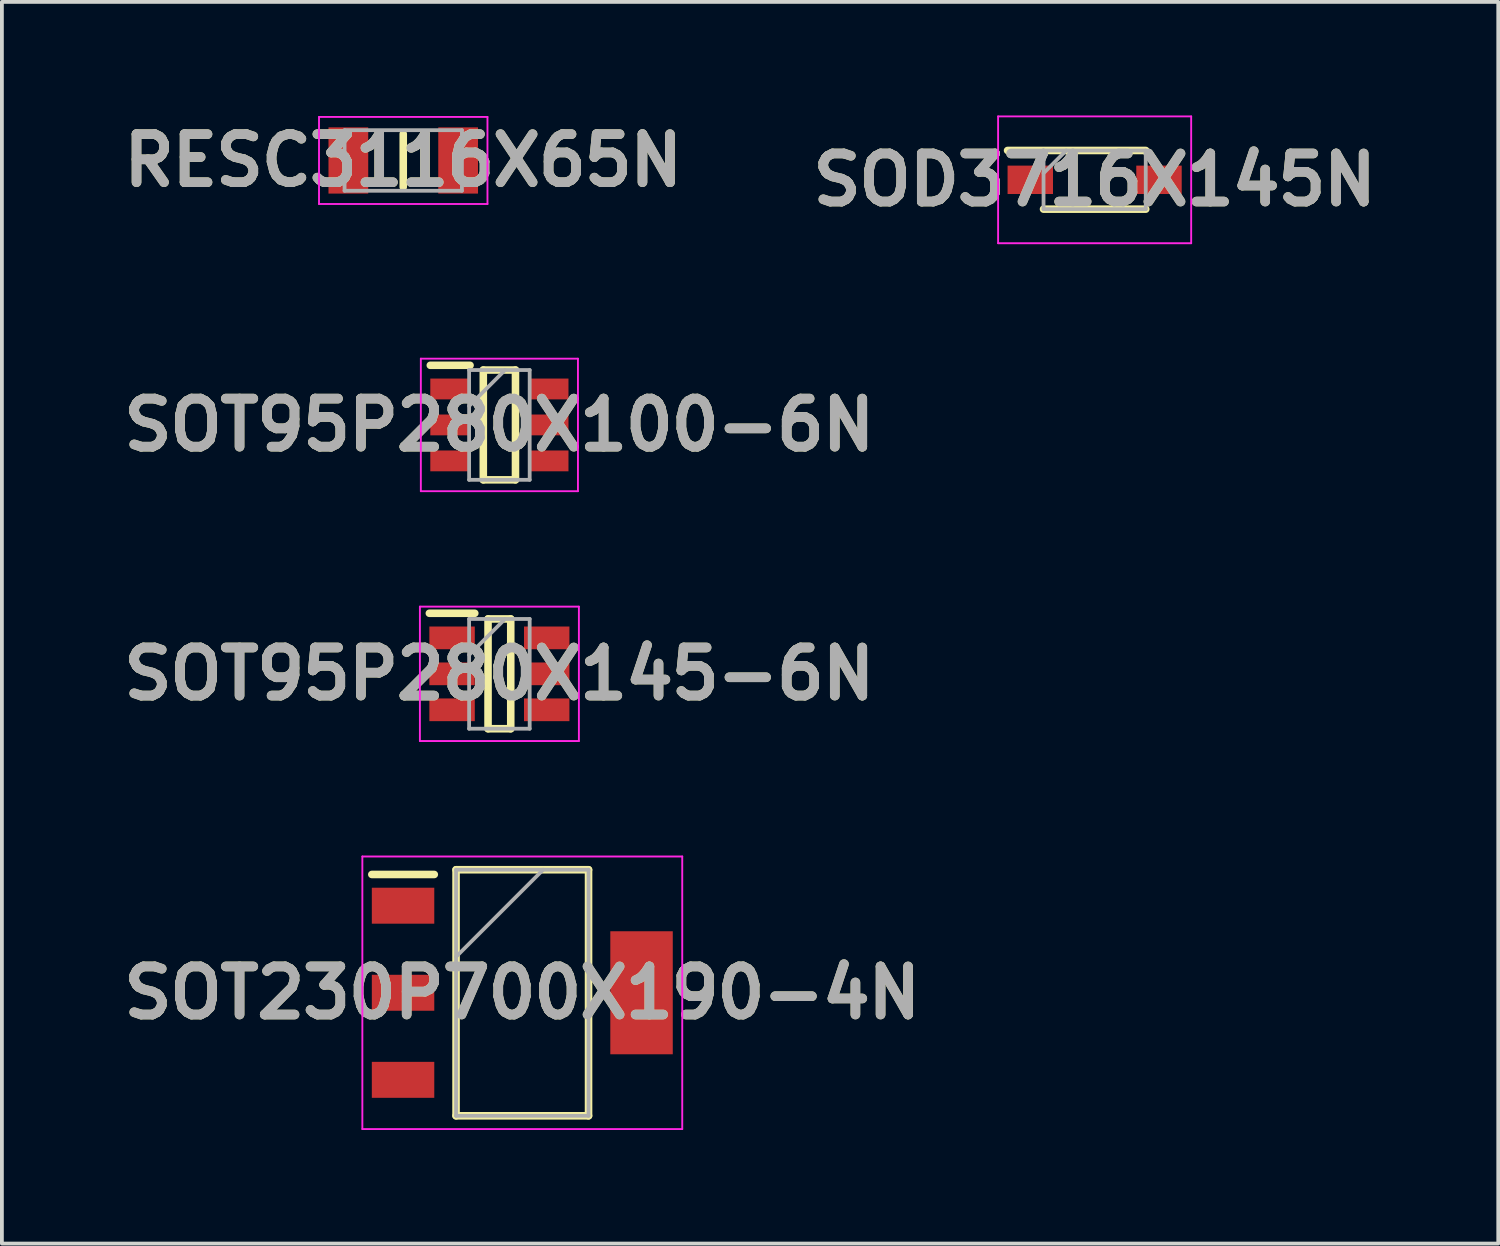
<source format=kicad_pcb>
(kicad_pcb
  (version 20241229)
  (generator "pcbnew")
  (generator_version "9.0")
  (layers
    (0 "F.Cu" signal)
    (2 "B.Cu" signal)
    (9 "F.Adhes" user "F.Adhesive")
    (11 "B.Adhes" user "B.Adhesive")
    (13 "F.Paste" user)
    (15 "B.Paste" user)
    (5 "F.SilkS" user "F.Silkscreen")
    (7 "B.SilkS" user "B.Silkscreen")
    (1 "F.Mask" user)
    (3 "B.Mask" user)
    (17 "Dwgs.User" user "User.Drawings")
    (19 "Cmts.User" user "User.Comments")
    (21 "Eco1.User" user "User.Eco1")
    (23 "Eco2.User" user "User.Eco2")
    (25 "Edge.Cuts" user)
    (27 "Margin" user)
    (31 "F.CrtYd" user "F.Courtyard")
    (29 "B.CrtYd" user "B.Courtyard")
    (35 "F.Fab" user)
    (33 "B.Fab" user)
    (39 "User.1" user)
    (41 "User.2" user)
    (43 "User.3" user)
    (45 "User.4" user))
  (footprint "SOD3716X145N"
    (layer "F.Cu")
    (at 25.866 1.7)
    (property "Reference" "SOD3716X145N" (at 0 0 0) (layer "F.SilkS") (effects (font (size 1.27 1.27) (thickness 0.254))))
    (attr smd)
    (fp_line (start -2.3 -0.775) (end 1.35 -0.775) (stroke (width 0.2) (type solid)) (layer "F.SilkS"))
    (fp_line (start -1.35 0.775) (end 1.35 0.775) (stroke (width 0.2) (type solid)) (layer "F.SilkS"))
    (fp_line (start -2.55 -1.675) (end 2.55 -1.675) (stroke (width 0.05) (type solid)) (layer "F.CrtYd"))
    (fp_line (start -2.55 1.675) (end -2.55 -1.675) (stroke (width 0.05) (type solid)) (layer "F.CrtYd"))
    (fp_line (start 2.55 -1.675) (end 2.55 1.675) (stroke (width 0.05) (type solid)) (layer "F.CrtYd"))
    (fp_line (start 2.55 1.675) (end -2.55 1.675) (stroke (width 0.05) (type solid)) (layer "F.CrtYd"))
    (fp_line (start -1.35 -0.775) (end 1.35 -0.775) (stroke (width 0.1) (type solid)) (layer "F.Fab"))
    (fp_line (start -1.35 -0.175) (end -0.75 -0.775) (stroke (width 0.1) (type solid)) (layer "F.Fab"))
    (fp_line (start -1.35 0.775) (end -1.35 -0.775) (stroke (width 0.1) (type solid)) (layer "F.Fab"))
    (fp_line (start 1.35 -0.775) (end 1.35 0.775) (stroke (width 0.1) (type solid)) (layer "F.Fab"))
    (fp_line (start 1.35 0.775) (end -1.35 0.775) (stroke (width 0.1) (type solid)) (layer "F.Fab"))
    (fp_text user "${REFERENCE}" (at 0 0 0) (layer "F.Fab") (effects (font (size 1.27 1.27) (thickness 0.254))))
    (pad "1" smd rect (at -1.7 0 90) (size 0.75 1.2) (layers "F.Cu" "F.Mask" "F.Paste"))
    (pad "2" smd rect (at 1.7 0 90) (size 0.75 1.2) (layers "F.Cu" "F.Mask" "F.Paste")))
  (footprint "RESC3116X65N"
    (layer "F.Cu")
    (at 7.602 1.189)
    (property "Reference" "RESC3116X65N" (at 0 0 0) (layer "F.SilkS") (effects (font (size 1.27 1.27) (thickness 0.254))))
    (attr smd)
    (fp_line (start 0 -0.7) (end 0 0.7) (stroke (width 0.2) (type solid)) (layer "F.SilkS"))
    (fp_line (start -2.225 -1.15) (end 2.225 -1.15) (stroke (width 0.05) (type solid)) (layer "F.CrtYd"))
    (fp_line (start -2.225 1.15) (end -2.225 -1.15) (stroke (width 0.05) (type solid)) (layer "F.CrtYd"))
    (fp_line (start 2.225 -1.15) (end 2.225 1.15) (stroke (width 0.05) (type solid)) (layer "F.CrtYd"))
    (fp_line (start 2.225 1.15) (end -2.225 1.15) (stroke (width 0.05) (type solid)) (layer "F.CrtYd"))
    (fp_line (start -1.55 -0.8) (end 1.55 -0.8) (stroke (width 0.1) (type solid)) (layer "F.Fab"))
    (fp_line (start -1.55 0.8) (end -1.55 -0.8) (stroke (width 0.1) (type solid)) (layer "F.Fab"))
    (fp_line (start 1.55 -0.8) (end 1.55 0.8) (stroke (width 0.1) (type solid)) (layer "F.Fab"))
    (fp_line (start 1.55 0.8) (end -1.55 0.8) (stroke (width 0.1) (type solid)) (layer "F.Fab"))
    (fp_text user "${REFERENCE}" (at 0 0 0) (layer "F.Fab") (effects (font (size 1.27 1.27) (thickness 0.254))))
    (pad "1" smd rect (at -1.45 0) (size 1.05 1.75) (layers "F.Cu" "F.Mask" "F.Paste"))
    (pad "2" smd rect (at 1.45 0) (size 1.05 1.75) (layers "F.Cu" "F.Mask" "F.Paste")))
  (footprint "SOT230P700X190-4N"
    (layer "F.Cu")
    (at 10.747 23.175)
    (property "Reference" "SOT230P700X190-4N" (at 0 0 0) (layer "F.SilkS") (effects (font (size 1.27 1.27) (thickness 0.254))))
    (attr smd)
    (fp_line (start -3.975 -3.125) (end -2.325 -3.125) (stroke (width 0.2) (type solid)) (layer "F.SilkS"))
    (fp_line (start -1.75 -3.25) (end 1.75 -3.25) (stroke (width 0.2) (type solid)) (layer "F.SilkS"))
    (fp_line (start -1.75 3.25) (end -1.75 -3.25) (stroke (width 0.2) (type solid)) (layer "F.SilkS"))
    (fp_line (start 1.75 -3.25) (end 1.75 3.25) (stroke (width 0.2) (type solid)) (layer "F.SilkS"))
    (fp_line (start 1.75 3.25) (end -1.75 3.25) (stroke (width 0.2) (type solid)) (layer "F.SilkS"))
    (fp_line (start -4.225 -3.6) (end 4.225 -3.6) (stroke (width 0.05) (type solid)) (layer "F.CrtYd"))
    (fp_line (start -4.225 3.6) (end -4.225 -3.6) (stroke (width 0.05) (type solid)) (layer "F.CrtYd"))
    (fp_line (start 4.225 -3.6) (end 4.225 3.6) (stroke (width 0.05) (type solid)) (layer "F.CrtYd"))
    (fp_line (start 4.225 3.6) (end -4.225 3.6) (stroke (width 0.05) (type solid)) (layer "F.CrtYd"))
    (fp_line (start -1.75 -3.25) (end 1.75 -3.25) (stroke (width 0.1) (type solid)) (layer "F.Fab"))
    (fp_line (start -1.75 -0.95) (end 0.55 -3.25) (stroke (width 0.1) (type solid)) (layer "F.Fab"))
    (fp_line (start -1.75 3.25) (end -1.75 -3.25) (stroke (width 0.1) (type solid)) (layer "F.Fab"))
    (fp_line (start 1.75 -3.25) (end 1.75 3.25) (stroke (width 0.1) (type solid)) (layer "F.Fab"))
    (fp_line (start 1.75 3.25) (end -1.75 3.25) (stroke (width 0.1) (type solid)) (layer "F.Fab"))
    (fp_text user "${REFERENCE}" (at 0 0 0) (layer "F.Fab") (effects (font (size 1.27 1.27) (thickness 0.254))))
    (pad "1" smd rect (at -3.15 -2.3 90) (size 0.95 1.65) (layers "F.Cu" "F.Mask" "F.Paste"))
    (pad "2" smd rect (at -3.15 0 90) (size 0.95 1.65) (layers "F.Cu" "F.Mask" "F.Paste"))
    (pad "3" smd rect (at -3.15 2.3 90) (size 0.95 1.65) (layers "F.Cu" "F.Mask" "F.Paste"))
    (pad "4" smd rect (at 3.15 0) (size 1.65 3.25) (layers "F.Cu" "F.Mask" "F.Paste")))
  (footprint "SOT95P280X100-6N"
    (layer "F.Cu")
    (at 10.142 8.175)
    (property "Reference" "SOT95P280X100-6N" (at 0 0 0) (layer "F.SilkS") (effects (font (size 1.27 1.27) (thickness 0.254))))
    (attr smd)
    (fp_line (start -1.825 -1.575) (end -0.775 -1.575) (stroke (width 0.2) (type solid)) (layer "F.SilkS"))
    (fp_line (start -0.425 -1.45) (end 0.425 -1.45) (stroke (width 0.2) (type solid)) (layer "F.SilkS"))
    (fp_line (start -0.425 1.45) (end -0.425 -1.45) (stroke (width 0.2) (type solid)) (layer "F.SilkS"))
    (fp_line (start 0.425 -1.45) (end 0.425 1.45) (stroke (width 0.2) (type solid)) (layer "F.SilkS"))
    (fp_line (start 0.425 1.45) (end -0.425 1.45) (stroke (width 0.2) (type solid)) (layer "F.SilkS"))
    (fp_line (start -2.075 -1.75) (end 2.075 -1.75) (stroke (width 0.05) (type solid)) (layer "F.CrtYd"))
    (fp_line (start -2.075 1.75) (end -2.075 -1.75) (stroke (width 0.05) (type solid)) (layer "F.CrtYd"))
    (fp_line (start 2.075 -1.75) (end 2.075 1.75) (stroke (width 0.05) (type solid)) (layer "F.CrtYd"))
    (fp_line (start 2.075 1.75) (end -2.075 1.75) (stroke (width 0.05) (type solid)) (layer "F.CrtYd"))
    (fp_line (start -0.8 -1.45) (end 0.8 -1.45) (stroke (width 0.1) (type solid)) (layer "F.Fab"))
    (fp_line (start -0.8 -0.5) (end 0.15 -1.45) (stroke (width 0.1) (type solid)) (layer "F.Fab"))
    (fp_line (start -0.8 1.45) (end -0.8 -1.45) (stroke (width 0.1) (type solid)) (layer "F.Fab"))
    (fp_line (start 0.8 -1.45) (end 0.8 1.45) (stroke (width 0.1) (type solid)) (layer "F.Fab"))
    (fp_line (start 0.8 1.45) (end -0.8 1.45) (stroke (width 0.1) (type solid)) (layer "F.Fab"))
    (fp_text user "${REFERENCE}" (at 0 0 0) (layer "F.Fab") (effects (font (size 1.27 1.27) (thickness 0.254))))
    (pad "1" smd rect (at -1.3 -0.95 90) (size 0.55 1.05) (layers "F.Cu" "F.Mask" "F.Paste"))
    (pad "2" smd rect (at -1.3 0 90) (size 0.55 1.05) (layers "F.Cu" "F.Mask" "F.Paste"))
    (pad "3" smd rect (at -1.3 0.95 90) (size 0.55 1.05) (layers "F.Cu" "F.Mask" "F.Paste"))
    (pad "4" smd rect (at 1.3 0.95 90) (size 0.55 1.05) (layers "F.Cu" "F.Mask" "F.Paste"))
    (pad "5" smd rect (at 1.3 0 90) (size 0.55 1.05) (layers "F.Cu" "F.Mask" "F.Paste"))
    (pad "6" smd rect (at 1.3 -0.95 90) (size 0.55 1.05) (layers "F.Cu" "F.Mask" "F.Paste")))
  (footprint "SOT95P280X145-6N"
    (layer "F.Cu")
    (at 10.142 14.75)
    (property "Reference" "SOT95P280X145-6N" (at 0 0 0) (layer "F.SilkS") (effects (font (size 1.27 1.27) (thickness 0.254))))
    (attr smd)
    (fp_line (start -1.85 -1.6) (end -0.65 -1.6) (stroke (width 0.2) (type solid)) (layer "F.SilkS"))
    (fp_line (start -0.3 -1.45) (end 0.3 -1.45) (stroke (width 0.2) (type solid)) (layer "F.SilkS"))
    (fp_line (start -0.3 1.45) (end -0.3 -1.45) (stroke (width 0.2) (type solid)) (layer "F.SilkS"))
    (fp_line (start 0.3 -1.45) (end 0.3 1.45) (stroke (width 0.2) (type solid)) (layer "F.SilkS"))
    (fp_line (start 0.3 1.45) (end -0.3 1.45) (stroke (width 0.2) (type solid)) (layer "F.SilkS"))
    (fp_line (start -2.1 -1.775) (end 2.1 -1.775) (stroke (width 0.05) (type solid)) (layer "F.CrtYd"))
    (fp_line (start -2.1 1.775) (end -2.1 -1.775) (stroke (width 0.05) (type solid)) (layer "F.CrtYd"))
    (fp_line (start 2.1 -1.775) (end 2.1 1.775) (stroke (width 0.05) (type solid)) (layer "F.CrtYd"))
    (fp_line (start 2.1 1.775) (end -2.1 1.775) (stroke (width 0.05) (type solid)) (layer "F.CrtYd"))
    (fp_line (start -0.8 -1.45) (end 0.8 -1.45) (stroke (width 0.1) (type solid)) (layer "F.Fab"))
    (fp_line (start -0.8 -0.5) (end 0.15 -1.45) (stroke (width 0.1) (type solid)) (layer "F.Fab"))
    (fp_line (start -0.8 1.45) (end -0.8 -1.45) (stroke (width 0.1) (type solid)) (layer "F.Fab"))
    (fp_line (start 0.8 -1.45) (end 0.8 1.45) (stroke (width 0.1) (type solid)) (layer "F.Fab"))
    (fp_line (start 0.8 1.45) (end -0.8 1.45) (stroke (width 0.1) (type solid)) (layer "F.Fab"))
    (fp_text user "${REFERENCE}" (at 0 0 0) (layer "F.Fab") (effects (font (size 1.27 1.27) (thickness 0.254))))
    (pad "1" smd rect (at -1.25 -0.95 90) (size 0.6 1.2) (layers "F.Cu" "F.Mask" "F.Paste"))
    (pad "2" smd rect (at -1.25 0 90) (size 0.6 1.2) (layers "F.Cu" "F.Mask" "F.Paste"))
    (pad "3" smd rect (at -1.25 0.95 90) (size 0.6 1.2) (layers "F.Cu" "F.Mask" "F.Paste"))
    (pad "4" smd rect (at 1.25 0.95 90) (size 0.6 1.2) (layers "F.Cu" "F.Mask" "F.Paste"))
    (pad "5" smd rect (at 1.25 0 90) (size 0.6 1.2) (layers "F.Cu" "F.Mask" "F.Paste"))
    (pad "6" smd rect (at 1.25 -0.95 90) (size 0.6 1.2) (layers "F.Cu" "F.Mask" "F.Paste")))
  (gr_rect
    (start -3 -3)
    (end 36.528 29.8)
    (stroke (width 0.1) (type default))
    (fill no)
    (layer "Edge.Cuts")))
</source>
